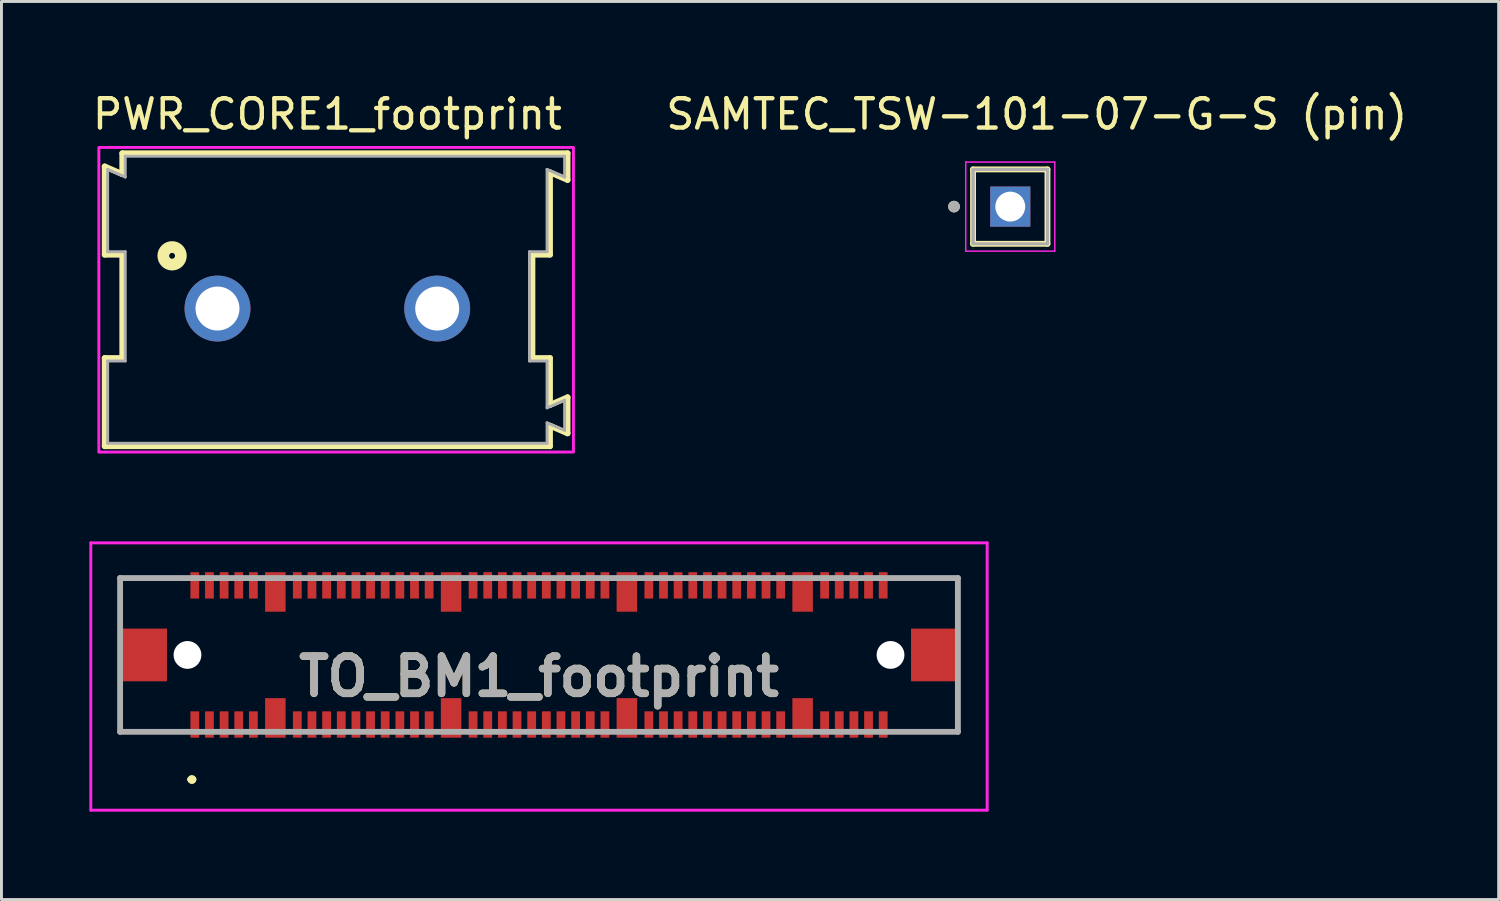
<source format=kicad_pcb>
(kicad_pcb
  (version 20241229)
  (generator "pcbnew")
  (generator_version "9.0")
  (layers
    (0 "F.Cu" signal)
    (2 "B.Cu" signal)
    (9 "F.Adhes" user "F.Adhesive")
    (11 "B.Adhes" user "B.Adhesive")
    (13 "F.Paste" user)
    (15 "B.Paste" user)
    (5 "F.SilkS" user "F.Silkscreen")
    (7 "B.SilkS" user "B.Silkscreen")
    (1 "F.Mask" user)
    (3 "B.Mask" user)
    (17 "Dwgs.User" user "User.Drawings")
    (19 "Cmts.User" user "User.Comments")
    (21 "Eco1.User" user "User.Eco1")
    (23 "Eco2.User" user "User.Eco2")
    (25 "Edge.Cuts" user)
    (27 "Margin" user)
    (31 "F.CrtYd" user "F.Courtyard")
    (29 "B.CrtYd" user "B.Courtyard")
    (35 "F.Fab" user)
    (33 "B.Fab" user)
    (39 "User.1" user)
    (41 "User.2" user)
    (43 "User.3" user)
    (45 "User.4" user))
  (footprint "TO_BM1_footprint"
    (layer "F.Cu")
    (at 15.35 19.308)
    (property "Reference" "TO_BM1_footprint" (at 0 0.737 0) (layer "F.SilkS") (effects (font (size 1.27 1.27) (thickness 0.254))))
    (attr through_hole)
    (fp_line (start -14.3 -2.625) (end -14.3 -2.625) (stroke (width 0.1) (type solid)) (layer "F.SilkS"))
    (fp_line (start -14.3 -2.625) (end -14.3 -2.625) (stroke (width 0.1) (type solid)) (layer "F.SilkS"))
    (fp_line (start -14.3 -2.625) (end -14.3 -1.5) (stroke (width 0.1) (type solid)) (layer "F.SilkS"))
    (fp_line (start -14.3 -2.625) (end -12.5 -2.625) (stroke (width 0.1) (type solid)) (layer "F.SilkS"))
    (fp_line (start -14.3 -1.5) (end -14.3 -2.625) (stroke (width 0.1) (type solid)) (layer "F.SilkS"))
    (fp_line (start -14.3 -1.5) (end -14.3 -1.5) (stroke (width 0.1) (type solid)) (layer "F.SilkS"))
    (fp_line (start -14.3 1.5) (end -14.3 1.5) (stroke (width 0.1) (type solid)) (layer "F.SilkS"))
    (fp_line (start -14.3 1.5) (end -14.3 2.625) (stroke (width 0.1) (type solid)) (layer "F.SilkS"))
    (fp_line (start -14.3 2.625) (end -14.3 1.5) (stroke (width 0.1) (type solid)) (layer "F.SilkS"))
    (fp_line (start -14.3 2.625) (end -14.3 2.625) (stroke (width 0.1) (type solid)) (layer "F.SilkS"))
    (fp_line (start -14.3 2.625) (end -14.3 2.625) (stroke (width 0.1) (type solid)) (layer "F.SilkS"))
    (fp_line (start -14.3 2.625) (end -12.5 2.625) (stroke (width 0.1) (type solid)) (layer "F.SilkS"))
    (fp_line (start -12.5 -2.625) (end -14.3 -2.625) (stroke (width 0.1) (type solid)) (layer "F.SilkS"))
    (fp_line (start -12.5 -2.625) (end -12.5 -2.625) (stroke (width 0.1) (type solid)) (layer "F.SilkS"))
    (fp_line (start -12.5 2.625) (end -14.3 2.625) (stroke (width 0.1) (type solid)) (layer "F.SilkS"))
    (fp_line (start -12.5 2.625) (end -12.5 2.625) (stroke (width 0.1) (type solid)) (layer "F.SilkS"))
    (fp_line (start -11.9 4.25) (end -11.9 4.25) (stroke (width 0.2) (type solid)) (layer "F.SilkS"))
    (fp_line (start -11.9 4.25) (end -11.9 4.25) (stroke (width 0.2) (type solid)) (layer "F.SilkS"))
    (fp_line (start -11.8 4.25) (end -11.8 4.25) (stroke (width 0.2) (type solid)) (layer "F.SilkS"))
    (fp_line (start 12.5 -2.625) (end 12.5 -2.625) (stroke (width 0.1) (type solid)) (layer "F.SilkS"))
    (fp_line (start 12.5 -2.625) (end 14.25 -2.625) (stroke (width 0.1) (type solid)) (layer "F.SilkS"))
    (fp_line (start 12.5 2.625) (end 12.5 2.625) (stroke (width 0.1) (type solid)) (layer "F.SilkS"))
    (fp_line (start 12.5 2.625) (end 14.3 2.625) (stroke (width 0.1) (type solid)) (layer "F.SilkS"))
    (fp_line (start 14.25 -2.625) (end 12.5 -2.625) (stroke (width 0.1) (type solid)) (layer "F.SilkS"))
    (fp_line (start 14.25 -2.625) (end 14.25 -2.625) (stroke (width 0.1) (type solid)) (layer "F.SilkS"))
    (fp_line (start 14.3 -2.625) (end 14.3 -2.625) (stroke (width 0.1) (type solid)) (layer "F.SilkS"))
    (fp_line (start 14.3 -2.625) (end 14.3 -1.5) (stroke (width 0.1) (type solid)) (layer "F.SilkS"))
    (fp_line (start 14.3 -1.5) (end 14.3 -2.625) (stroke (width 0.1) (type solid)) (layer "F.SilkS"))
    (fp_line (start 14.3 -1.5) (end 14.3 -1.5) (stroke (width 0.1) (type solid)) (layer "F.SilkS"))
    (fp_line (start 14.3 1.5) (end 14.3 1.5) (stroke (width 0.1) (type solid)) (layer "F.SilkS"))
    (fp_line (start 14.3 1.5) (end 14.3 2.625) (stroke (width 0.1) (type solid)) (layer "F.SilkS"))
    (fp_line (start 14.3 2.625) (end 12.5 2.625) (stroke (width 0.1) (type solid)) (layer "F.SilkS"))
    (fp_line (start 14.3 2.625) (end 14.3 1.5) (stroke (width 0.1) (type solid)) (layer "F.SilkS"))
    (fp_line (start 14.3 2.625) (end 14.3 2.625) (stroke (width 0.1) (type solid)) (layer "F.SilkS"))
    (fp_line (start 14.3 2.625) (end 14.3 2.625) (stroke (width 0.1) (type solid)) (layer "F.SilkS"))
    (fp_arc (start -11.9 4.25) (mid -11.85 4.2) (end -11.8 4.25) (stroke (width 0.2) (type solid)) (layer "F.SilkS"))
    (fp_arc (start -11.8 4.25) (mid -11.85 4.3) (end -11.9 4.25) (stroke (width 0.2) (type solid)) (layer "F.SilkS"))
    (fp_arc (start -11.8 4.25) (mid -11.85 4.3) (end -11.9 4.25) (stroke (width 0.2) (type solid)) (layer "F.SilkS"))
    (fp_line (start -15.3 -3.825) (end 15.3 -3.825) (stroke (width 0.1) (type solid)) (layer "F.CrtYd"))
    (fp_line (start -15.3 5.3) (end -15.3 -3.825) (stroke (width 0.1) (type solid)) (layer "F.CrtYd"))
    (fp_line (start 15.3 -3.825) (end 15.3 5.3) (stroke (width 0.1) (type solid)) (layer "F.CrtYd"))
    (fp_line (start 15.3 5.3) (end -15.3 5.3) (stroke (width 0.1) (type solid)) (layer "F.CrtYd"))
    (fp_line (start -14.3 -2.625) (end -14.3 2.625) (stroke (width 0.2) (type solid)) (layer "F.Fab"))
    (fp_line (start -14.3 2.625) (end 14.3 2.625) (stroke (width 0.2) (type solid)) (layer "F.Fab"))
    (fp_line (start 14.3 -2.625) (end -14.3 -2.625) (stroke (width 0.2) (type solid)) (layer "F.Fab"))
    (fp_line (start 14.3 2.625) (end 14.3 -2.625) (stroke (width 0.2) (type solid)) (layer "F.Fab"))
    (fp_text user "${REFERENCE}" (at 0 0.737 0) (layer "F.Fab") (effects (font (size 1.27 1.27) (thickness 0.254))))
    (pad "" np_thru_hole circle (at -12 0) (size 0.95 0.95) (drill 0.95) (layers "*.Cu" "*.Mask"))
    (pad "" np_thru_hole circle (at 12 0) (size 0.95 0.95) (drill 0.95) (layers "*.Cu" "*.Mask"))
    (pad "1" smd rect (at -11.75 2.375) (size 0.3 0.9) (layers "F.Cu" "F.Mask" "F.Paste"))
    (pad "2" smd rect (at -11.75 -2.375) (size 0.3 0.9) (layers "F.Cu" "F.Mask" "F.Paste"))
    (pad "3" smd rect (at -11.25 2.375) (size 0.3 0.9) (layers "F.Cu" "F.Mask" "F.Paste"))
    (pad "4" smd rect (at -11.25 -2.375) (size 0.3 0.9) (layers "F.Cu" "F.Mask" "F.Paste"))
    (pad "5" smd rect (at -10.75 2.375) (size 0.3 0.9) (layers "F.Cu" "F.Mask" "F.Paste"))
    (pad "6" smd rect (at -10.75 -2.375) (size 0.3 0.9) (layers "F.Cu" "F.Mask" "F.Paste"))
    (pad "7" smd rect (at -10.25 2.375) (size 0.3 0.9) (layers "F.Cu" "F.Mask" "F.Paste"))
    (pad "8" smd rect (at -10.25 -2.375) (size 0.3 0.9) (layers "F.Cu" "F.Mask" "F.Paste"))
    (pad "9" smd rect (at -9.75 2.375) (size 0.3 0.9) (layers "F.Cu" "F.Mask" "F.Paste"))
    (pad "10" smd rect (at -9.75 -2.375) (size 0.3 0.9) (layers "F.Cu" "F.Mask" "F.Paste"))
    (pad "11" smd rect (at -8.25 2.375) (size 0.3 0.9) (layers "F.Cu" "F.Mask" "F.Paste"))
    (pad "12" smd rect (at -8.25 -2.375) (size 0.3 0.9) (layers "F.Cu" "F.Mask" "F.Paste"))
    (pad "13" smd rect (at -7.75 2.375) (size 0.3 0.9) (layers "F.Cu" "F.Mask" "F.Paste"))
    (pad "14" smd rect (at -7.75 -2.375) (size 0.3 0.9) (layers "F.Cu" "F.Mask" "F.Paste"))
    (pad "15" smd rect (at -7.25 2.375) (size 0.3 0.9) (layers "F.Cu" "F.Mask" "F.Paste"))
    (pad "16" smd rect (at -7.25 -2.375) (size 0.3 0.9) (layers "F.Cu" "F.Mask" "F.Paste"))
    (pad "17" smd rect (at -6.75 2.375) (size 0.3 0.9) (layers "F.Cu" "F.Mask" "F.Paste"))
    (pad "18" smd rect (at -6.75 -2.375) (size 0.3 0.9) (layers "F.Cu" "F.Mask" "F.Paste"))
    (pad "19" smd rect (at -6.25 2.375) (size 0.3 0.9) (layers "F.Cu" "F.Mask" "F.Paste"))
    (pad "20" smd rect (at -6.25 -2.375) (size 0.3 0.9) (layers "F.Cu" "F.Mask" "F.Paste"))
    (pad "21" smd rect (at -5.75 2.375) (size 0.3 0.9) (layers "F.Cu" "F.Mask" "F.Paste"))
    (pad "22" smd rect (at -5.75 -2.375) (size 0.3 0.9) (layers "F.Cu" "F.Mask" "F.Paste"))
    (pad "23" smd rect (at -5.25 2.375) (size 0.3 0.9) (layers "F.Cu" "F.Mask" "F.Paste"))
    (pad "24" smd rect (at -5.25 -2.375) (size 0.3 0.9) (layers "F.Cu" "F.Mask" "F.Paste"))
    (pad "25" smd rect (at -4.75 2.375) (size 0.3 0.9) (layers "F.Cu" "F.Mask" "F.Paste"))
    (pad "26" smd rect (at -4.75 -2.375) (size 0.3 0.9) (layers "F.Cu" "F.Mask" "F.Paste"))
    (pad "27" smd rect (at -4.25 2.375) (size 0.3 0.9) (layers "F.Cu" "F.Mask" "F.Paste"))
    (pad "28" smd rect (at -4.25 -2.375) (size 0.3 0.9) (layers "F.Cu" "F.Mask" "F.Paste"))
    (pad "29" smd rect (at -3.75 2.375) (size 0.3 0.9) (layers "F.Cu" "F.Mask" "F.Paste"))
    (pad "30" smd rect (at -3.75 -2.375) (size 0.3 0.9) (layers "F.Cu" "F.Mask" "F.Paste"))
    (pad "31" smd rect (at -2.25 2.375) (size 0.3 0.9) (layers "F.Cu" "F.Mask" "F.Paste"))
    (pad "32" smd rect (at -2.25 -2.375) (size 0.3 0.9) (layers "F.Cu" "F.Mask" "F.Paste"))
    (pad "33" smd rect (at -1.75 2.375) (size 0.3 0.9) (layers "F.Cu" "F.Mask" "F.Paste"))
    (pad "34" smd rect (at -1.75 -2.375) (size 0.3 0.9) (layers "F.Cu" "F.Mask" "F.Paste"))
    (pad "35" smd rect (at -1.25 2.375) (size 0.3 0.9) (layers "F.Cu" "F.Mask" "F.Paste"))
    (pad "36" smd rect (at -1.25 -2.375) (size 0.3 0.9) (layers "F.Cu" "F.Mask" "F.Paste"))
    (pad "37" smd rect (at -0.75 2.375) (size 0.3 0.9) (layers "F.Cu" "F.Mask" "F.Paste"))
    (pad "38" smd rect (at -0.75 -2.375) (size 0.3 0.9) (layers "F.Cu" "F.Mask" "F.Paste"))
    (pad "39" smd rect (at -0.25 2.375) (size 0.3 0.9) (layers "F.Cu" "F.Mask" "F.Paste"))
    (pad "40" smd rect (at -0.25 -2.375) (size 0.3 0.9) (layers "F.Cu" "F.Mask" "F.Paste"))
    (pad "41" smd rect (at 0.25 2.375) (size 0.3 0.9) (layers "F.Cu" "F.Mask" "F.Paste"))
    (pad "42" smd rect (at 0.25 -2.375) (size 0.3 0.9) (layers "F.Cu" "F.Mask" "F.Paste"))
    (pad "43" smd rect (at 0.75 2.375) (size 0.3 0.9) (layers "F.Cu" "F.Mask" "F.Paste"))
    (pad "44" smd rect (at 0.75 -2.375) (size 0.3 0.9) (layers "F.Cu" "F.Mask" "F.Paste"))
    (pad "45" smd rect (at 1.25 2.375) (size 0.3 0.9) (layers "F.Cu" "F.Mask" "F.Paste"))
    (pad "46" smd rect (at 1.25 -2.375) (size 0.3 0.9) (layers "F.Cu" "F.Mask" "F.Paste"))
    (pad "47" smd rect (at 1.75 2.375) (size 0.3 0.9) (layers "F.Cu" "F.Mask" "F.Paste"))
    (pad "48" smd rect (at 1.75 -2.375) (size 0.3 0.9) (layers "F.Cu" "F.Mask" "F.Paste"))
    (pad "49" smd rect (at 2.25 2.375) (size 0.3 0.9) (layers "F.Cu" "F.Mask" "F.Paste"))
    (pad "50" smd rect (at 2.25 -2.375) (size 0.3 0.9) (layers "F.Cu" "F.Mask" "F.Paste"))
    (pad "51" smd rect (at 3.75 2.375) (size 0.3 0.9) (layers "F.Cu" "F.Mask" "F.Paste"))
    (pad "52" smd rect (at 3.75 -2.375) (size 0.3 0.9) (layers "F.Cu" "F.Mask" "F.Paste"))
    (pad "53" smd rect (at 4.25 2.375) (size 0.3 0.9) (layers "F.Cu" "F.Mask" "F.Paste"))
    (pad "54" smd rect (at 4.25 -2.375) (size 0.3 0.9) (layers "F.Cu" "F.Mask" "F.Paste"))
    (pad "55" smd rect (at 4.75 2.375) (size 0.3 0.9) (layers "F.Cu" "F.Mask" "F.Paste"))
    (pad "56" smd rect (at 4.75 -2.375) (size 0.3 0.9) (layers "F.Cu" "F.Mask" "F.Paste"))
    (pad "57" smd rect (at 5.25 2.375) (size 0.3 0.9) (layers "F.Cu" "F.Mask" "F.Paste"))
    (pad "58" smd rect (at 5.25 -2.375) (size 0.3 0.9) (layers "F.Cu" "F.Mask" "F.Paste"))
    (pad "59" smd rect (at 5.75 2.375) (size 0.3 0.9) (layers "F.Cu" "F.Mask" "F.Paste"))
    (pad "60" smd rect (at 5.75 -2.375) (size 0.3 0.9) (layers "F.Cu" "F.Mask" "F.Paste"))
    (pad "61" smd rect (at 6.25 2.375) (size 0.3 0.9) (layers "F.Cu" "F.Mask" "F.Paste"))
    (pad "62" smd rect (at 6.25 -2.375) (size 0.3 0.9) (layers "F.Cu" "F.Mask" "F.Paste"))
    (pad "63" smd rect (at 6.75 2.375) (size 0.3 0.9) (layers "F.Cu" "F.Mask" "F.Paste"))
    (pad "64" smd rect (at 6.75 -2.375) (size 0.3 0.9) (layers "F.Cu" "F.Mask" "F.Paste"))
    (pad "65" smd rect (at 7.25 2.375) (size 0.3 0.9) (layers "F.Cu" "F.Mask" "F.Paste"))
    (pad "66" smd rect (at 7.25 -2.375) (size 0.3 0.9) (layers "F.Cu" "F.Mask" "F.Paste"))
    (pad "67" smd rect (at 7.75 2.375) (size 0.3 0.9) (layers "F.Cu" "F.Mask" "F.Paste"))
    (pad "68" smd rect (at 7.75 -2.375) (size 0.3 0.9) (layers "F.Cu" "F.Mask" "F.Paste"))
    (pad "69" smd rect (at 8.25 2.375) (size 0.3 0.9) (layers "F.Cu" "F.Mask" "F.Paste"))
    (pad "70" smd rect (at 8.25 -2.375) (size 0.3 0.9) (layers "F.Cu" "F.Mask" "F.Paste"))
    (pad "71" smd rect (at 9.75 2.375) (size 0.3 0.9) (layers "F.Cu" "F.Mask" "F.Paste"))
    (pad "72" smd rect (at 9.75 -2.375) (size 0.3 0.9) (layers "F.Cu" "F.Mask" "F.Paste"))
    (pad "73" smd rect (at 10.25 2.375) (size 0.3 0.9) (layers "F.Cu" "F.Mask" "F.Paste"))
    (pad "74" smd rect (at 10.25 -2.375) (size 0.3 0.9) (layers "F.Cu" "F.Mask" "F.Paste"))
    (pad "75" smd rect (at 10.75 2.375) (size 0.3 0.9) (layers "F.Cu" "F.Mask" "F.Paste"))
    (pad "76" smd rect (at 10.75 -2.375) (size 0.3 0.9) (layers "F.Cu" "F.Mask" "F.Paste"))
    (pad "77" smd rect (at 11.25 2.375) (size 0.3 0.9) (layers "F.Cu" "F.Mask" "F.Paste"))
    (pad "78" smd rect (at 11.25 -2.375) (size 0.3 0.9) (layers "F.Cu" "F.Mask" "F.Paste"))
    (pad "79" smd rect (at 11.75 2.375) (size 0.3 0.9) (layers "F.Cu" "F.Mask" "F.Paste"))
    (pad "80" smd rect (at 11.75 -2.375) (size 0.3 0.9) (layers "F.Cu" "F.Mask" "F.Paste"))
    (pad "G1" smd rect (at -9 2.15) (size 0.7 1.35) (layers "F.Cu" "F.Mask" "F.Paste"))
    (pad "G2" smd rect (at -9 -2.15) (size 0.7 1.35) (layers "F.Cu" "F.Mask" "F.Paste"))
    (pad "G3" smd rect (at -3 2.15) (size 0.7 1.35) (layers "F.Cu" "F.Mask" "F.Paste"))
    (pad "G4" smd rect (at -3 -2.15) (size 0.7 1.35) (layers "F.Cu" "F.Mask" "F.Paste"))
    (pad "G5" smd rect (at 3 2.15) (size 0.7 1.35) (layers "F.Cu" "F.Mask" "F.Paste"))
    (pad "G6" smd rect (at 3 -2.15) (size 0.7 1.35) (layers "F.Cu" "F.Mask" "F.Paste"))
    (pad "G7" smd rect (at 9 2.15) (size 0.7 1.35) (layers "F.Cu" "F.Mask" "F.Paste"))
    (pad "G8" smd rect (at 9 -2.15) (size 0.7 1.35) (layers "F.Cu" "F.Mask" "F.Paste"))
    (pad "MP1" smd rect (at -13.5 0) (size 1.6 1.8) (layers "F.Cu" "F.Mask" "F.Paste"))
    (pad "MP2" smd rect (at 13.5 0) (size 1.6 1.8) (layers "F.Cu" "F.Mask" "F.Paste")))
  (footprint "PWR_CORE1_footprint"
    (layer "F.Cu")
    (at 8.125 7.483)
    (property "Reference" "PWR_CORE1_footprint" (at 0 -6.635 0) (layer "F.SilkS") (effects (font (size 1 1) (thickness 0.15))))
    (attr through_hole)
    (fp_line (start -7.6 -4.85) (end -7 -4.59) (stroke (width 0.2) (type solid)) (layer "F.SilkS"))
    (fp_line (start -7.6 -1.84) (end -7.6 -4.85) (stroke (width 0.2) (type solid)) (layer "F.SilkS"))
    (fp_line (start -7.6 1.69) (end -7 1.69) (stroke (width 0.2) (type solid)) (layer "F.SilkS"))
    (fp_line (start -7.6 4.7) (end -7.6 1.69) (stroke (width 0.2) (type solid)) (layer "F.SilkS"))
    (fp_line (start -7 -5.3) (end 8.2 -5.3) (stroke (width 0.2) (type solid)) (layer "F.SilkS"))
    (fp_line (start -7 -4.59) (end -7 -5.3) (stroke (width 0.2) (type solid)) (layer "F.SilkS"))
    (fp_line (start -7 -1.84) (end -7.6 -1.84) (stroke (width 0.2) (type solid)) (layer "F.SilkS"))
    (fp_line (start -7 1.69) (end -7 -1.84) (stroke (width 0.2) (type solid)) (layer "F.SilkS"))
    (fp_line (start 7 -1.84) (end 7 1.69) (stroke (width 0.2) (type solid)) (layer "F.SilkS"))
    (fp_line (start 7 1.69) (end 7.6 1.69) (stroke (width 0.2) (type solid)) (layer "F.SilkS"))
    (fp_line (start 7.6 -4.65) (end 7.6 -1.84) (stroke (width 0.2) (type solid)) (layer "F.SilkS"))
    (fp_line (start 7.6 -1.84) (end 7 -1.84) (stroke (width 0.2) (type solid)) (layer "F.SilkS"))
    (fp_line (start 7.6 1.69) (end 7.6 3.29) (stroke (width 0.2) (type solid)) (layer "F.SilkS"))
    (fp_line (start 7.6 3.29) (end 8.2 3.03) (stroke (width 0.2) (type solid)) (layer "F.SilkS"))
    (fp_line (start 7.6 4) (end 7.6 4.7) (stroke (width 0.2) (type solid)) (layer "F.SilkS"))
    (fp_line (start 7.6 4.7) (end -7.6 4.7) (stroke (width 0.2) (type solid)) (layer "F.SilkS"))
    (fp_line (start 8.2 -5.3) (end 8.2 -4.39) (stroke (width 0.2) (type solid)) (layer "F.SilkS"))
    (fp_line (start 8.2 -4.39) (end 7.6 -4.65) (stroke (width 0.2) (type solid)) (layer "F.SilkS"))
    (fp_line (start 8.2 3.03) (end 8.2 4.26) (stroke (width 0.2) (type solid)) (layer "F.SilkS"))
    (fp_line (start 8.2 4.26) (end 7.6 4) (stroke (width 0.2) (type solid)) (layer "F.SilkS"))
    (fp_circle (center -5.3 -1.8) (end -5.2 -1.8) (stroke (width 0.4) (type solid)) (fill no) (layer "F.SilkS"))
    (fp_poly (pts (xy -7.8 -5.5) (xy 8.4 -5.5) (xy 8.4 4.9) (xy -7.8 4.9)) (stroke (width 0.1) (type solid)) (fill no) (layer "F.CrtYd"))
    (fp_line (start -7.5 -4.75) (end -7.5 -1.94) (stroke (width 0.1) (type solid)) (layer "F.Fab"))
    (fp_line (start -7.5 -4.75) (end -6.9 -4.49) (stroke (width 0.1) (type solid)) (layer "F.Fab"))
    (fp_line (start -7.5 -1.94) (end -6.9 -1.94) (stroke (width 0.1) (type solid)) (layer "F.Fab"))
    (fp_line (start -7.5 1.79) (end -7.5 4.6) (stroke (width 0.1) (type solid)) (layer "F.Fab"))
    (fp_line (start -7.5 4.6) (end 7.5 4.6) (stroke (width 0.1) (type solid)) (layer "F.Fab"))
    (fp_line (start -6.9 -5.2) (end 8.1 -5.2) (stroke (width 0.1) (type solid)) (layer "F.Fab"))
    (fp_line (start -6.9 -4.49) (end -6.9 -5.2) (stroke (width 0.1) (type solid)) (layer "F.Fab"))
    (fp_line (start -6.9 -1.94) (end -6.9 1.79) (stroke (width 0.1) (type solid)) (layer "F.Fab"))
    (fp_line (start -6.9 1.79) (end -7.5 1.79) (stroke (width 0.1) (type solid)) (layer "F.Fab"))
    (fp_line (start 6.9 -1.94) (end 6.9 1.79) (stroke (width 0.1) (type solid)) (layer "F.Fab"))
    (fp_line (start 6.9 1.79) (end 7.5 1.79) (stroke (width 0.1) (type solid)) (layer "F.Fab"))
    (fp_line (start 7.5 -4.75) (end 7.5 -1.94) (stroke (width 0.1) (type solid)) (layer "F.Fab"))
    (fp_line (start 7.5 -1.94) (end 6.9 -1.94) (stroke (width 0.1) (type solid)) (layer "F.Fab"))
    (fp_line (start 7.5 1.79) (end 7.5 3.39) (stroke (width 0.1) (type solid)) (layer "F.Fab"))
    (fp_line (start 7.5 3.39) (end 8.1 3.13) (stroke (width 0.1) (type solid)) (layer "F.Fab"))
    (fp_line (start 7.5 3.9) (end 7.5 4.6) (stroke (width 0.1) (type solid)) (layer "F.Fab"))
    (fp_line (start 7.5 3.9) (end 8.1 4.16) (stroke (width 0.1) (type solid)) (layer "F.Fab"))
    (fp_line (start 8.1 -5.2) (end 8.1 -4.49) (stroke (width 0.1) (type solid)) (layer "F.Fab"))
    (fp_line (start 8.1 -4.49) (end 7.5 -4.75) (stroke (width 0.1) (type solid)) (layer "F.Fab"))
    (fp_line (start 8.1 3.13) (end 8.1 4.16) (stroke (width 0.1) (type solid)) (layer "F.Fab"))
    (pad "1" thru_hole circle (at -3.75 0) (size 2.25 2.25) (drill 1.5) (layers "*.Cu" "*.Mask"))
    (pad "2" thru_hole circle (at 3.75 0) (size 2.25 2.25) (drill 1.5) (layers "*.Cu" "*.Mask")))
  (footprint "SAMTEC_TSW-101-07-G-S (pin)"
    (layer "F.Cu")
    (at 31.438 4.003)
    (property "Reference" "SAMTEC_TSW-101-07-G-S (pin)" (at 0.905 -3.155 0) (layer "F.SilkS") (effects (font (size 1 1) (thickness 0.15))))
    (attr through_hole)
    (fp_line (start -1.27 1.27) (end -1.27 -1.27) (stroke (width 0.2) (type solid)) (layer "F.SilkS"))
    (fp_line (start 1.27 -1.27) (end -1.27 -1.27) (stroke (width 0.2) (type solid)) (layer "F.SilkS"))
    (fp_line (start 1.27 -1.27) (end 1.27 1.27) (stroke (width 0.2) (type solid)) (layer "F.SilkS"))
    (fp_line (start 1.27 1.27) (end -1.27 1.27) (stroke (width 0.2) (type solid)) (layer "F.SilkS"))
    (fp_circle (center -1.92 0) (end -1.82 0) (stroke (width 0.2) (type solid)) (fill no) (layer "F.SilkS"))
    (fp_line (start -1.52 -1.52) (end 1.52 -1.52) (stroke (width 0.05) (type solid)) (layer "F.CrtYd"))
    (fp_line (start -1.52 1.52) (end -1.52 -1.52) (stroke (width 0.05) (type solid)) (layer "F.CrtYd"))
    (fp_line (start 1.52 -1.52) (end 1.52 1.52) (stroke (width 0.05) (type solid)) (layer "F.CrtYd"))
    (fp_line (start 1.52 1.52) (end -1.52 1.52) (stroke (width 0.05) (type solid)) (layer "F.CrtYd"))
    (fp_line (start -1.27 -1.27) (end 1.27 -1.27) (stroke (width 0.1) (type solid)) (layer "F.Fab"))
    (fp_line (start -1.27 -1.27) (end 1.27 -1.27) (stroke (width 0.1) (type solid)) (layer "F.Fab"))
    (fp_line (start -1.27 1.27) (end -1.27 -1.27) (stroke (width 0.1) (type solid)) (layer "F.Fab"))
    (fp_line (start -1.27 1.27) (end -1.27 -1.27) (stroke (width 0.1) (type solid)) (layer "F.Fab"))
    (fp_line (start 1.27 -1.27) (end 1.27 1.27) (stroke (width 0.1) (type solid)) (layer "F.Fab"))
    (fp_line (start 1.27 -1.27) (end 1.27 1.27) (stroke (width 0.1) (type solid)) (layer "F.Fab"))
    (fp_line (start 1.27 1.27) (end -1.27 1.27) (stroke (width 0.1) (type solid)) (layer "F.Fab"))
    (fp_circle (center -1.92 0) (end -1.82 0) (stroke (width 0.2) (type solid)) (fill no) (layer "F.Fab"))
    (pad "01" thru_hole rect (at 0 0) (size 1.37 1.37) (drill 1.02) (layers "*.Cu" "*.Mask")))
  (gr_rect
    (start -3 -3)
    (end 48.111 27.658)
    (stroke (width 0.1) (type default))
    (fill no)
    (layer "Edge.Cuts")))
</source>
